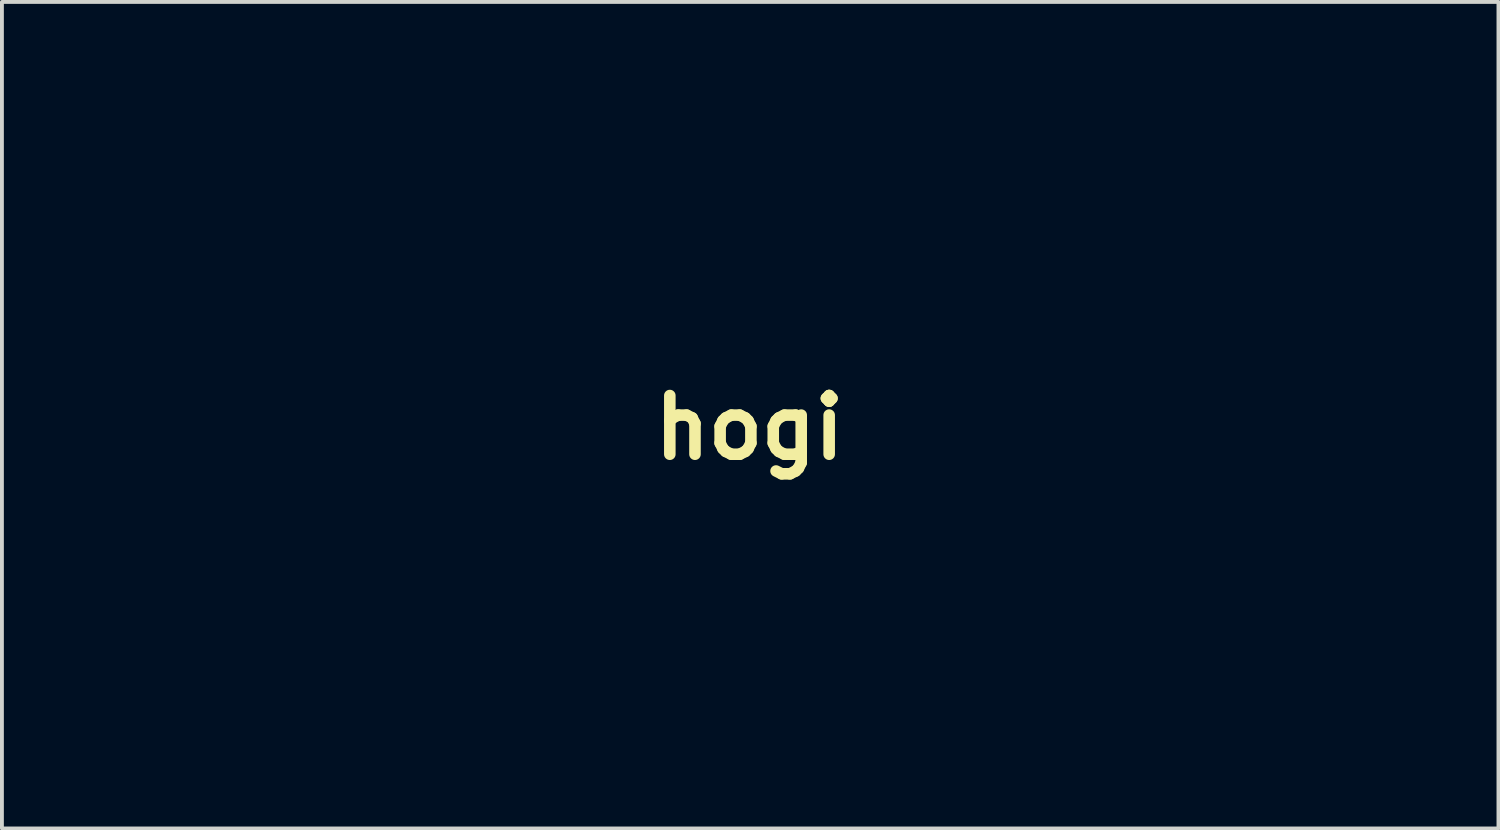
<source format=kicad_pcb>
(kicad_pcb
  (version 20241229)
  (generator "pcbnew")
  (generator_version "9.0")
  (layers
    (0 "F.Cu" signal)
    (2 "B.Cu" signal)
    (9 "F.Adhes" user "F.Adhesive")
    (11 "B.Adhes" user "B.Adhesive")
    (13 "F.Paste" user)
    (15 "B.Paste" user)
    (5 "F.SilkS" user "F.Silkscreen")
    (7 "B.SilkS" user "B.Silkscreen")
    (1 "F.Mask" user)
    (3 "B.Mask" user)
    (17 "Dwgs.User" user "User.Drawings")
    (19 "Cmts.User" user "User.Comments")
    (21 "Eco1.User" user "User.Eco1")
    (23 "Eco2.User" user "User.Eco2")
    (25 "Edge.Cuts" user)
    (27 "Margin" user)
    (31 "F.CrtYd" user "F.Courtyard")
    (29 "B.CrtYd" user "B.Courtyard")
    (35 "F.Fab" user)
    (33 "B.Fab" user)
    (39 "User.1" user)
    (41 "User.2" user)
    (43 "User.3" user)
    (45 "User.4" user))
  (footprint "hogi"
    (layer "F.Cu")
    (at 16.406 8.052)
    (property "Reference" "hogi" (at 0 0 0) (layer "F.SilkS") (effects (font (size 1.524 1.524) (thickness 0.3))))
    (attr through_hole)
    (fp_poly (pts (xy -3.31 -3) (xy -3.161 -2.995) (xy -3.029 -2.987) (xy -2.931 -2.977) (xy -2.883 -2.964) (xy -2.882 -2.964) (xy -2.871 -2.919) (xy -2.863 -2.821) (xy -2.859 -2.683) (xy -2.86 -2.521) (xy -2.86 -2.51) (xy -2.869 -2.088) (xy -3.3 -2.079) (xy -3.506 -2.077) (xy -3.649 -2.082) (xy -3.731 -2.095) (xy -3.754 -2.108) (xy -3.767 -2.162) (xy -3.775 -2.263) (xy -3.779 -2.397) (xy -3.78 -2.546) (xy -3.777 -2.695) (xy -3.77 -2.828) (xy -3.76 -2.928) (xy -3.747 -2.98) (xy -3.745 -2.982) (xy -3.694 -2.993) (xy -3.593 -2.999) (xy -3.46 -3.001) (xy -3.31 -3)) (stroke (width 0.01) (type solid)) (fill yes) (layer "F.Mask"))
    (fp_poly (pts (xy -12.778 -2.985) (xy -12.653 -2.975) (xy -12.567 -2.96) (xy -12.54 -2.948) (xy -12.52 -2.898) (xy -12.505 -2.798) (xy -12.497 -2.665) (xy -12.494 -2.516) (xy -12.497 -2.369) (xy -12.507 -2.241) (xy -12.522 -2.149) (xy -12.539 -2.113) (xy -12.588 -2.1) (xy -12.69 -2.089) (xy -12.829 -2.083) (xy -12.966 -2.082) (xy -13.139 -2.085) (xy -13.256 -2.092) (xy -13.328 -2.104) (xy -13.366 -2.123) (xy -13.376 -2.138) (xy -13.39 -2.2) (xy -13.398 -2.309) (xy -13.401 -2.446) (xy -13.398 -2.596) (xy -13.392 -2.739) (xy -13.38 -2.858) (xy -13.366 -2.937) (xy -13.356 -2.957) (xy -13.306 -2.974) (xy -13.205 -2.985) (xy -13.071 -2.99) (xy -12.923 -2.99) (xy -12.778 -2.985)) (stroke (width 0.01) (type solid)) (fill yes) (layer "F.Mask"))
    (fp_poly (pts (xy -10.544 -1.403) (xy -10.446 -1.39) (xy -10.402 -1.375) (xy -10.378 -1.325) (xy -10.36 -1.224) (xy -10.347 -1.089) (xy -10.341 -0.937) (xy -10.341 -0.785) (xy -10.348 -0.651) (xy -10.363 -0.55) (xy -10.384 -0.501) (xy -10.435 -0.486) (xy -10.536 -0.474) (xy -10.671 -0.466) (xy -10.821 -0.462) (xy -10.97 -0.462) (xy -11.099 -0.467) (xy -11.192 -0.476) (xy -11.225 -0.486) (xy -11.247 -0.513) (xy -11.262 -0.574) (xy -11.27 -0.679) (xy -11.273 -0.837) (xy -11.273 -0.91) (xy -11.271 -1.071) (xy -11.264 -1.208) (xy -11.255 -1.308) (xy -11.244 -1.352) (xy -11.199 -1.373) (xy -11.102 -1.39) (xy -10.972 -1.401) (xy -10.824 -1.407) (xy -10.676 -1.408) (xy -10.544 -1.403)) (stroke (width 0.01) (type solid)) (fill yes) (layer "F.Mask"))
    (fp_poly (pts (xy -7.98 -3.009) (xy -7.847 -3.002) (xy -7.748 -2.986) (xy -7.703 -2.965) (xy -7.688 -2.912) (xy -7.677 -2.809) (xy -7.672 -2.672) (xy -7.672 -2.521) (xy -7.677 -2.372) (xy -7.687 -2.242) (xy -7.701 -2.15) (xy -7.714 -2.116) (xy -7.761 -2.098) (xy -7.857 -2.085) (xy -7.988 -2.075) (xy -8.136 -2.071) (xy -8.284 -2.071) (xy -8.417 -2.075) (xy -8.518 -2.085) (xy -8.57 -2.101) (xy -8.573 -2.104) (xy -8.587 -2.16) (xy -8.596 -2.265) (xy -8.601 -2.402) (xy -8.602 -2.554) (xy -8.599 -2.702) (xy -8.592 -2.829) (xy -8.581 -2.918) (xy -8.571 -2.948) (xy -8.52 -2.973) (xy -8.418 -2.991) (xy -8.283 -3.004) (xy -8.131 -3.01) (xy -7.98 -3.009)) (stroke (width 0.01) (type solid)) (fill yes) (layer "F.Mask"))
    (fp_poly (pts (xy -12.91 0.218) (xy -12.762 0.223) (xy -12.637 0.234) (xy -12.552 0.249) (xy -12.528 0.26) (xy -12.504 0.291) (xy -12.49 0.343) (xy -12.484 0.43) (xy -12.485 0.563) (xy -12.489 0.688) (xy -12.498 0.845) (xy -12.511 0.979) (xy -12.526 1.074) (xy -12.538 1.112) (xy -12.587 1.132) (xy -12.687 1.145) (xy -12.819 1.154) (xy -12.967 1.156) (xy -13.115 1.153) (xy -13.243 1.144) (xy -13.336 1.129) (xy -13.372 1.114) (xy -13.391 1.062) (xy -13.405 0.961) (xy -13.412 0.828) (xy -13.415 0.678) (xy -13.412 0.529) (xy -13.404 0.397) (xy -13.391 0.298) (xy -13.372 0.25) (xy -13.371 0.249) (xy -13.31 0.233) (xy -13.201 0.222) (xy -13.062 0.217) (xy -12.91 0.218)) (stroke (width 0.01) (type solid)) (fill yes) (layer "F.Mask"))
    (fp_poly (pts (xy -11.175 -3.003) (xy -11.047 -2.993) (xy -10.958 -2.976) (xy -10.928 -2.962) (xy -10.914 -2.915) (xy -10.903 -2.817) (xy -10.895 -2.685) (xy -10.891 -2.535) (xy -10.892 -2.386) (xy -10.896 -2.253) (xy -10.905 -2.153) (xy -10.917 -2.106) (xy -10.959 -2.091) (xy -11.058 -2.08) (xy -11.204 -2.073) (xy -11.343 -2.071) (xy -11.516 -2.072) (xy -11.633 -2.077) (xy -11.708 -2.086) (xy -11.751 -2.102) (xy -11.776 -2.126) (xy -11.782 -2.137) (xy -11.801 -2.207) (xy -11.813 -2.322) (xy -11.818 -2.464) (xy -11.817 -2.616) (xy -11.81 -2.759) (xy -11.797 -2.877) (xy -11.778 -2.95) (xy -11.77 -2.962) (xy -11.716 -2.983) (xy -11.611 -2.997) (xy -11.474 -3.005) (xy -11.323 -3.007) (xy -11.175 -3.003)) (stroke (width 0.01) (type solid)) (fill yes) (layer "F.Mask"))
    (fp_poly (pts (xy -9.734 -3) (xy -9.576 -2.997) (xy -9.441 -2.99) (xy -9.346 -2.981) (xy -9.307 -2.973) (xy -9.293 -2.932) (xy -9.282 -2.841) (xy -9.275 -2.713) (xy -9.27 -2.567) (xy -9.27 -2.419) (xy -9.273 -2.284) (xy -9.28 -2.18) (xy -9.291 -2.125) (xy -9.31 -2.102) (xy -9.353 -2.087) (xy -9.431 -2.077) (xy -9.556 -2.073) (xy -9.73 -2.071) (xy -9.935 -2.075) (xy -10.078 -2.084) (xy -10.158 -2.1) (xy -10.173 -2.11) (xy -10.188 -2.168) (xy -10.198 -2.275) (xy -10.203 -2.412) (xy -10.203 -2.564) (xy -10.199 -2.712) (xy -10.19 -2.838) (xy -10.177 -2.926) (xy -10.166 -2.954) (xy -10.133 -2.977) (xy -10.071 -2.992) (xy -9.97 -2.999) (xy -9.816 -3.001) (xy -9.734 -3)) (stroke (width 0.01) (type solid)) (fill yes) (layer "F.Mask"))
    (fp_poly (pts (xy -9.042 -1.4) (xy -8.906 -1.394) (xy -8.808 -1.387) (xy -8.765 -1.378) (xy -8.749 -1.335) (xy -8.737 -1.241) (xy -8.729 -1.111) (xy -8.726 -0.963) (xy -8.727 -0.811) (xy -8.733 -0.672) (xy -8.743 -0.563) (xy -8.758 -0.499) (xy -8.764 -0.49) (xy -8.816 -0.479) (xy -8.918 -0.471) (xy -9.054 -0.466) (xy -9.205 -0.463) (xy -9.356 -0.464) (xy -9.489 -0.469) (xy -9.587 -0.476) (xy -9.629 -0.486) (xy -9.649 -0.529) (xy -9.665 -0.624) (xy -9.675 -0.755) (xy -9.68 -0.905) (xy -9.68 -1.057) (xy -9.675 -1.196) (xy -9.664 -1.306) (xy -9.647 -1.37) (xy -9.64 -1.378) (xy -9.592 -1.387) (xy -9.492 -1.395) (xy -9.353 -1.4) (xy -9.202 -1.402) (xy -9.042 -1.4)) (stroke (width 0.01) (type solid)) (fill yes) (layer "F.Mask"))
    (fp_poly (pts (xy -5.853 -1.402) (xy -5.721 -1.397) (xy -5.621 -1.389) (xy -5.57 -1.376) (xy -5.568 -1.375) (xy -5.553 -1.323) (xy -5.542 -1.222) (xy -5.534 -1.087) (xy -5.531 -0.936) (xy -5.532 -0.785) (xy -5.538 -0.651) (xy -5.548 -0.552) (xy -5.562 -0.502) (xy -5.563 -0.502) (xy -5.616 -0.482) (xy -5.72 -0.468) (xy -5.856 -0.46) (xy -6.007 -0.458) (xy -6.158 -0.462) (xy -6.29 -0.472) (xy -6.386 -0.487) (xy -6.429 -0.506) (xy -6.443 -0.557) (xy -6.453 -0.658) (xy -6.458 -0.793) (xy -6.458 -0.943) (xy -6.454 -1.094) (xy -6.446 -1.226) (xy -6.434 -1.324) (xy -6.42 -1.369) (xy -6.374 -1.382) (xy -6.278 -1.393) (xy -6.148 -1.399) (xy -6.001 -1.402) (xy -5.853 -1.402)) (stroke (width 0.01) (type solid)) (fill yes) (layer "F.Mask"))
    (fp_poly (pts (xy -7.418 -1.403) (xy -7.291 -1.397) (xy -7.2 -1.387) (xy -7.169 -1.378) (xy -7.153 -1.335) (xy -7.141 -1.242) (xy -7.134 -1.112) (xy -7.13 -0.964) (xy -7.131 -0.812) (xy -7.137 -0.673) (xy -7.146 -0.564) (xy -7.16 -0.5) (xy -7.167 -0.491) (xy -7.223 -0.478) (xy -7.329 -0.469) (xy -7.466 -0.464) (xy -7.618 -0.464) (xy -7.766 -0.467) (xy -7.893 -0.475) (xy -7.981 -0.487) (xy -8.009 -0.496) (xy -8.033 -0.523) (xy -8.049 -0.572) (xy -8.057 -0.653) (xy -8.06 -0.78) (xy -8.058 -0.937) (xy -8.053 -1.125) (xy -8.043 -1.253) (xy -8.028 -1.333) (xy -8.007 -1.372) (xy -8.004 -1.375) (xy -7.952 -1.388) (xy -7.85 -1.397) (xy -7.716 -1.403) (xy -7.566 -1.405) (xy -7.418 -1.403)) (stroke (width 0.01) (type solid)) (fill yes) (layer "F.Mask"))
    (fp_poly (pts (xy -4.604 -2.995) (xy -4.522 -2.965) (xy -4.476 -2.904) (xy -4.456 -2.803) (xy -4.452 -2.651) (xy -4.453 -2.545) (xy -4.457 -2.391) (xy -4.465 -2.258) (xy -4.477 -2.164) (xy -4.487 -2.131) (xy -4.509 -2.105) (xy -4.55 -2.088) (xy -4.621 -2.078) (xy -4.736 -2.073) (xy -4.906 -2.071) (xy -4.924 -2.071) (xy -5.099 -2.073) (xy -5.218 -2.077) (xy -5.293 -2.087) (xy -5.336 -2.103) (xy -5.359 -2.128) (xy -5.361 -2.131) (xy -5.374 -2.188) (xy -5.384 -2.296) (xy -5.39 -2.438) (xy -5.391 -2.555) (xy -5.388 -2.732) (xy -5.38 -2.851) (xy -5.364 -2.924) (xy -5.341 -2.96) (xy -5.281 -2.981) (xy -5.16 -2.995) (xy -4.986 -3.003) (xy -4.92 -3.004) (xy -4.733 -3.004) (xy -4.604 -2.995)) (stroke (width 0.01) (type solid)) (fill yes) (layer "F.Mask"))
    (fp_poly (pts (xy -3.07 0.222) (xy -2.966 0.231) (xy -2.912 0.244) (xy -2.886 0.265) (xy -2.869 0.305) (xy -2.859 0.377) (xy -2.854 0.492) (xy -2.852 0.663) (xy -2.852 0.674) (xy -2.856 0.884) (xy -2.868 1.027) (xy -2.887 1.104) (xy -2.893 1.114) (xy -2.942 1.131) (xy -3.041 1.143) (xy -3.173 1.152) (xy -3.321 1.155) (xy -3.469 1.154) (xy -3.601 1.148) (xy -3.701 1.138) (xy -3.751 1.122) (xy -3.753 1.12) (xy -3.763 1.071) (xy -3.771 0.971) (xy -3.777 0.838) (xy -3.78 0.688) (xy -3.781 0.538) (xy -3.778 0.406) (xy -3.773 0.309) (xy -3.764 0.263) (xy -3.722 0.247) (xy -3.629 0.234) (xy -3.5 0.225) (xy -3.353 0.22) (xy -3.204 0.218) (xy -3.07 0.222)) (stroke (width 0.01) (type solid)) (fill yes) (layer "F.Mask"))
    (fp_poly (pts (xy -6.226 -2.997) (xy -6.149 -2.984) (xy -6.107 -2.964) (xy -6.102 -2.958) (xy -6.084 -2.904) (xy -6.071 -2.8) (xy -6.062 -2.663) (xy -6.057 -2.512) (xy -6.058 -2.365) (xy -6.065 -2.239) (xy -6.077 -2.152) (xy -6.085 -2.131) (xy -6.106 -2.105) (xy -6.146 -2.088) (xy -6.218 -2.078) (xy -6.333 -2.073) (xy -6.503 -2.071) (xy -6.514 -2.071) (xy -6.724 -2.075) (xy -6.868 -2.087) (xy -6.945 -2.106) (xy -6.954 -2.112) (xy -6.972 -2.163) (xy -6.985 -2.262) (xy -6.993 -2.395) (xy -6.996 -2.544) (xy -6.995 -2.692) (xy -6.988 -2.824) (xy -6.976 -2.923) (xy -6.959 -2.972) (xy -6.957 -2.974) (xy -6.909 -2.984) (xy -6.809 -2.993) (xy -6.671 -2.999) (xy -6.53 -3.002) (xy -6.349 -3.002) (xy -6.226 -2.997)) (stroke (width 0.01) (type solid)) (fill yes) (layer "F.Mask"))
    (fp_poly (pts (xy -4.627 0.225) (xy -4.546 0.238) (xy -4.501 0.258) (xy -4.496 0.262) (xy -4.475 0.317) (xy -4.46 0.422) (xy -4.45 0.558) (xy -4.447 0.71) (xy -4.45 0.857) (xy -4.46 0.984) (xy -4.476 1.071) (xy -4.484 1.089) (xy -4.505 1.117) (xy -4.542 1.136) (xy -4.606 1.148) (xy -4.711 1.153) (xy -4.868 1.155) (xy -4.906 1.155) (xy -5.087 1.152) (xy -5.212 1.145) (xy -5.291 1.131) (xy -5.337 1.109) (xy -5.344 1.103) (xy -5.367 1.066) (xy -5.381 1) (xy -5.388 0.894) (xy -5.389 0.737) (xy -5.388 0.664) (xy -5.384 0.508) (xy -5.376 0.378) (xy -5.366 0.287) (xy -5.357 0.252) (xy -5.315 0.242) (xy -5.22 0.233) (xy -5.086 0.225) (xy -4.939 0.221) (xy -4.754 0.22) (xy -4.627 0.225)) (stroke (width 0.01) (type solid)) (fill yes) (layer "F.Mask"))
    (fp_poly (pts (xy -12.477 -1.397) (xy -12.294 -1.394) (xy -12.144 -1.39) (xy -12.039 -1.384) (xy -11.99 -1.377) (xy -11.989 -1.376) (xy -11.973 -1.333) (xy -11.961 -1.23) (xy -11.955 -1.075) (xy -11.953 -0.931) (xy -11.954 -0.747) (xy -11.96 -0.621) (xy -11.97 -0.543) (xy -11.986 -0.501) (xy -12.003 -0.488) (xy -12.057 -0.48) (xy -12.164 -0.474) (xy -12.312 -0.469) (xy -12.486 -0.466) (xy -12.675 -0.464) (xy -12.863 -0.465) (xy -13.039 -0.467) (xy -13.19 -0.471) (xy -13.301 -0.476) (xy -13.36 -0.484) (xy -13.365 -0.486) (xy -13.386 -0.512) (xy -13.4 -0.572) (xy -13.409 -0.673) (xy -13.413 -0.827) (xy -13.413 -0.934) (xy -13.41 -1.12) (xy -13.402 -1.262) (xy -13.389 -1.35) (xy -13.377 -1.376) (xy -13.334 -1.383) (xy -13.233 -1.389) (xy -13.087 -1.394) (xy -12.906 -1.397) (xy -12.701 -1.398) (xy -12.683 -1.398) (xy -12.477 -1.397)) (stroke (width 0.01) (type solid)) (fill yes) (layer "F.Mask"))
    (fp_poly (pts (xy 11.172 -4.639) (xy 11.216 -4.61) (xy 11.232 -4.593) (xy 11.244 -4.563) (xy 11.254 -4.513) (xy 11.261 -4.436) (xy 11.267 -4.325) (xy 11.271 -4.173) (xy 11.273 -3.974) (xy 11.274 -3.719) (xy 11.275 -3.447) (xy 11.275 -3.14) (xy 11.275 -2.894) (xy 11.273 -2.702) (xy 11.27 -2.557) (xy 11.265 -2.451) (xy 11.258 -2.378) (xy 11.248 -2.331) (xy 11.235 -2.302) (xy 11.219 -2.285) (xy 11.218 -2.284) (xy 11.153 -2.247) (xy 11.105 -2.258) (xy 11.058 -2.303) (xy 11.043 -2.327) (xy 11.03 -2.364) (xy 11.02 -2.421) (xy 11.013 -2.506) (xy 11.008 -2.626) (xy 11.005 -2.788) (xy 11.003 -2.999) (xy 11.002 -3.266) (xy 11.002 -3.455) (xy 11.002 -3.761) (xy 11.004 -4.006) (xy 11.006 -4.197) (xy 11.01 -4.342) (xy 11.017 -4.446) (xy 11.025 -4.518) (xy 11.036 -4.564) (xy 11.049 -4.592) (xy 11.056 -4.599) (xy 11.116 -4.646) (xy 11.172 -4.639)) (stroke (width 0.01) (type solid)) (fill yes) (layer "F.Mask"))
    (fp_poly (pts (xy -3.854 -1.397) (xy -3.607 -1.395) (xy -3.382 -1.392) (xy -3.189 -1.388) (xy -3.035 -1.383) (xy -2.93 -1.378) (xy -2.884 -1.373) (xy -2.883 -1.373) (xy -2.868 -1.331) (xy -2.857 -1.239) (xy -2.852 -1.111) (xy -2.851 -0.965) (xy -2.854 -0.815) (xy -2.861 -0.677) (xy -2.872 -0.568) (xy -2.887 -0.503) (xy -2.895 -0.493) (xy -2.939 -0.488) (xy -3.042 -0.484) (xy -3.193 -0.479) (xy -3.385 -0.475) (xy -3.607 -0.471) (xy -3.834 -0.468) (xy -4.138 -0.466) (xy -4.378 -0.467) (xy -4.559 -0.471) (xy -4.685 -0.478) (xy -4.76 -0.488) (xy -4.784 -0.498) (xy -4.808 -0.529) (xy -4.825 -0.589) (xy -4.836 -0.688) (xy -4.842 -0.839) (xy -4.843 -0.925) (xy -4.844 -1.084) (xy -4.839 -1.22) (xy -4.831 -1.317) (xy -4.822 -1.358) (xy -4.8 -1.371) (xy -4.747 -1.382) (xy -4.657 -1.389) (xy -4.524 -1.394) (xy -4.342 -1.397) (xy -4.103 -1.398) (xy -3.854 -1.397)) (stroke (width 0.01) (type solid)) (fill yes) (layer "F.Mask"))
    (fp_poly (pts (xy 10.47 -4.631) (xy 10.507 -4.599) (xy 10.522 -4.577) (xy 10.534 -4.538) (xy 10.543 -4.477) (xy 10.55 -4.386) (xy 10.555 -4.258) (xy 10.558 -4.086) (xy 10.56 -3.863) (xy 10.561 -3.582) (xy 10.561 -3.447) (xy 10.56 -3.139) (xy 10.559 -2.893) (xy 10.557 -2.701) (xy 10.552 -2.555) (xy 10.546 -2.45) (xy 10.538 -2.377) (xy 10.528 -2.33) (xy 10.514 -2.302) (xy 10.507 -2.295) (xy 10.453 -2.252) (xy 10.425 -2.241) (xy 10.38 -2.263) (xy 10.342 -2.295) (xy 10.327 -2.317) (xy 10.316 -2.355) (xy 10.306 -2.416) (xy 10.3 -2.507) (xy 10.295 -2.635) (xy 10.292 -2.807) (xy 10.29 -3.03) (xy 10.289 -3.312) (xy 10.289 -3.447) (xy 10.289 -3.754) (xy 10.291 -4) (xy 10.293 -4.193) (xy 10.297 -4.338) (xy 10.303 -4.444) (xy 10.311 -4.516) (xy 10.322 -4.563) (xy 10.336 -4.591) (xy 10.342 -4.599) (xy 10.397 -4.642) (xy 10.425 -4.652) (xy 10.47 -4.631)) (stroke (width 0.01) (type solid)) (fill yes) (layer "F.Mask"))
    (fp_poly (pts (xy 2.408 -1.303) (xy 2.461 -1.257) (xy 2.481 -1.231) (xy 2.495 -1.196) (xy 2.505 -1.142) (xy 2.51 -1.061) (xy 2.512 -0.944) (xy 2.511 -0.783) (xy 2.507 -0.568) (xy 2.503 -0.4) (xy 2.485 0.112) (xy 2.456 0.563) (xy 2.417 0.96) (xy 2.365 1.308) (xy 2.301 1.614) (xy 2.289 1.662) (xy 2.234 1.853) (xy 2.169 2.045) (xy 2.098 2.225) (xy 2.028 2.382) (xy 1.962 2.503) (xy 1.907 2.577) (xy 1.886 2.593) (xy 1.785 2.613) (xy 1.713 2.58) (xy 1.697 2.563) (xy 1.661 2.481) (xy 1.666 2.367) (xy 1.713 2.212) (xy 1.797 2.022) (xy 1.899 1.787) (xy 1.983 1.536) (xy 2.05 1.26) (xy 2.102 0.952) (xy 2.138 0.603) (xy 2.161 0.207) (xy 2.172 -0.245) (xy 2.173 -0.462) (xy 2.173 -0.708) (xy 2.175 -0.896) (xy 2.179 -1.033) (xy 2.185 -1.129) (xy 2.195 -1.193) (xy 2.209 -1.234) (xy 2.228 -1.261) (xy 2.235 -1.268) (xy 2.324 -1.319) (xy 2.408 -1.303)) (stroke (width 0.01) (type solid)) (fill yes) (layer "F.Mask"))
    (fp_poly (pts (xy 4.795 -1.304) (xy 4.838 -1.278) (xy 4.859 -1.257) (xy 4.878 -1.222) (xy 4.897 -1.165) (xy 4.918 -1.08) (xy 4.941 -0.96) (xy 4.968 -0.798) (xy 5.001 -0.587) (xy 5.041 -0.321) (xy 5.075 -0.085) (xy 5.121 0.255) (xy 5.167 0.619) (xy 5.209 0.989) (xy 5.246 1.345) (xy 5.276 1.671) (xy 5.296 1.936) (xy 5.308 2.163) (xy 5.309 2.331) (xy 5.297 2.449) (xy 5.271 2.524) (xy 5.229 2.565) (xy 5.168 2.58) (xy 5.145 2.581) (xy 5.057 2.55) (xy 5.014 2.504) (xy 4.994 2.442) (xy 4.971 2.318) (xy 4.946 2.137) (xy 4.918 1.904) (xy 4.893 1.647) (xy 4.867 1.383) (xy 4.836 1.096) (xy 4.803 0.794) (xy 4.768 0.488) (xy 4.732 0.188) (xy 4.697 -0.097) (xy 4.664 -0.356) (xy 4.634 -0.579) (xy 4.608 -0.756) (xy 4.587 -0.877) (xy 4.584 -0.893) (xy 4.557 -1.052) (xy 4.555 -1.162) (xy 4.577 -1.237) (xy 4.604 -1.271) (xy 4.694 -1.32) (xy 4.795 -1.304)) (stroke (width 0.01) (type solid)) (fill yes) (layer "F.Mask"))
    (fp_poly (pts (xy -8.378 0.235) (xy -7.895 0.236) (xy -7.475 0.238) (xy -7.116 0.24) (xy -6.814 0.243) (xy -6.568 0.246) (xy -6.374 0.251) (xy -6.231 0.256) (xy -6.136 0.262) (xy -6.087 0.269) (xy -6.078 0.273) (xy -6.068 0.323) (xy -6.061 0.424) (xy -6.059 0.558) (xy -6.06 0.708) (xy -6.064 0.856) (xy -6.071 0.985) (xy -6.081 1.077) (xy -6.09 1.112) (xy -6.109 1.12) (xy -6.157 1.127) (xy -6.238 1.133) (xy -6.355 1.138) (xy -6.512 1.143) (xy -6.713 1.146) (xy -6.961 1.149) (xy -7.259 1.151) (xy -7.612 1.153) (xy -8.023 1.154) (xy -8.495 1.154) (xy -8.932 1.155) (xy -9.434 1.155) (xy -9.873 1.154) (xy -10.253 1.154) (xy -10.578 1.153) (xy -10.852 1.152) (xy -11.081 1.15) (xy -11.267 1.148) (xy -11.416 1.145) (xy -11.532 1.141) (xy -11.62 1.136) (xy -11.683 1.13) (xy -11.726 1.123) (xy -11.754 1.114) (xy -11.77 1.105) (xy -11.779 1.094) (xy -11.782 1.089) (xy -11.797 1.029) (xy -11.808 0.923) (xy -11.814 0.788) (xy -11.816 0.64) (xy -11.814 0.496) (xy -11.808 0.373) (xy -11.797 0.287) (xy -11.784 0.255) (xy -11.746 0.252) (xy -11.645 0.249) (xy -11.486 0.246) (xy -11.274 0.244) (xy -11.015 0.242) (xy -10.713 0.24) (xy -10.374 0.238) (xy -10.002 0.236) (xy -9.602 0.236) (xy -9.181 0.235) (xy -8.926 0.235) (xy -8.378 0.235)) (stroke (width 0.01) (type solid)) (fill yes) (layer "F.Mask"))
    (fp_poly (pts (xy 3.606 -4.639) (xy 3.679 -4.59) (xy 3.701 -4.557) (xy 3.716 -4.505) (xy 3.726 -4.424) (xy 3.732 -4.304) (xy 3.735 -4.134) (xy 3.735 -3.979) (xy 3.734 -3.764) (xy 3.737 -3.599) (xy 3.75 -3.478) (xy 3.783 -3.394) (xy 3.843 -3.34) (xy 3.937 -3.309) (xy 4.075 -3.296) (xy 4.263 -3.293) (xy 4.511 -3.294) (xy 4.553 -3.294) (xy 4.773 -3.292) (xy 4.968 -3.288) (xy 5.127 -3.28) (xy 5.24 -3.271) (xy 5.296 -3.261) (xy 5.297 -3.26) (xy 5.361 -3.194) (xy 5.404 -3.093) (xy 5.417 -2.987) (xy 5.401 -2.924) (xy 5.367 -2.868) (xy 5.327 -2.826) (xy 5.271 -2.795) (xy 5.191 -2.774) (xy 5.076 -2.761) (xy 4.918 -2.754) (xy 4.708 -2.751) (xy 4.531 -2.751) (xy 4.297 -2.75) (xy 4.121 -2.748) (xy 3.995 -2.744) (xy 3.908 -2.736) (xy 3.851 -2.725) (xy 3.815 -2.709) (xy 3.791 -2.688) (xy 3.781 -2.673) (xy 3.772 -2.647) (xy 3.764 -2.606) (xy 3.758 -2.547) (xy 3.752 -2.464) (xy 3.748 -2.352) (xy 3.744 -2.209) (xy 3.741 -2.028) (xy 3.739 -1.806) (xy 3.737 -1.538) (xy 3.736 -1.219) (xy 3.736 -0.846) (xy 3.735 -0.413) (xy 3.735 0.028) (xy 3.735 0.515) (xy 3.735 0.939) (xy 3.735 1.304) (xy 3.734 1.614) (xy 3.733 1.875) (xy 3.731 2.091) (xy 3.728 2.266) (xy 3.725 2.405) (xy 3.72 2.512) (xy 3.715 2.593) (xy 3.708 2.651) (xy 3.7 2.691) (xy 3.691 2.718) (xy 3.68 2.736) (xy 3.668 2.75) (xy 3.667 2.751) (xy 3.573 2.81) (xy 3.481 2.803) (xy 3.416 2.754) (xy 3.406 2.739) (xy 3.396 2.714) (xy 3.388 2.676) (xy 3.381 2.62) (xy 3.375 2.541) (xy 3.37 2.435) (xy 3.366 2.298) (xy 3.363 2.124) (xy 3.36 1.911) (xy 3.358 1.652) (xy 3.356 1.344) (xy 3.354 0.982) (xy 3.353 0.561) (xy 3.352 0.078) (xy 3.352 0.018) (xy 3.35 -0.471) (xy 3.349 -0.896) (xy 3.348 -1.263) (xy 3.346 -1.575) (xy 3.344 -1.837) (xy 3.342 -2.054) (xy 3.338 -2.23) (xy 3.335 -2.369) (xy 3.33 -2.477) (xy 3.325 -2.557) (xy 3.318 -2.614) (xy 3.31 -2.652) (xy 3.301 -2.677) (xy 3.29 -2.692) (xy 3.279 -2.702) (xy 3.241 -2.72) (xy 3.175 -2.732) (xy 3.072 -2.741) (xy 2.925 -2.747) (xy 2.724 -2.75) (xy 2.528 -2.751) (xy 2.294 -2.751) (xy 2.118 -2.753) (xy 1.991 -2.757) (xy 1.901 -2.764) (xy 1.84 -2.776) (xy 1.796 -2.792) (xy 1.761 -2.815) (xy 1.753 -2.821) (xy 1.693 -2.883) (xy 1.668 -2.963) (xy 1.664 -3.041) (xy 1.667 -3.12) (xy 1.681 -3.182) (xy 1.715 -3.227) (xy 1.775 -3.259) (xy 1.87 -3.279) (xy 2.008 -3.291) (xy 2.195 -3.295) (xy 2.441 -3.296) (xy 2.52 -3.295) (xy 2.765 -3.295) (xy 2.952 -3.297) (xy 3.087 -3.302) (xy 3.181 -3.311) (xy 3.242 -3.324) (xy 3.277 -3.341) (xy 3.303 -3.365) (xy 3.322 -3.401) (xy 3.334 -3.458) (xy 3.342 -3.55) (xy 3.347 -3.685) (xy 3.349 -3.876) (xy 3.35 -3.911) (xy 3.352 -4.131) (xy 3.354 -4.294) (xy 3.357 -4.408) (xy 3.362 -4.484) (xy 3.369 -4.531) (xy 3.381 -4.561) (xy 3.397 -4.581) (xy 3.415 -4.599) (xy 3.505 -4.646) (xy 3.606 -4.639)) (stroke (width 0.01) (type solid)) (fill yes) (layer "F.Mask"))
    (fp_poly (pts (xy 14.256 -5.163) (xy 14.579 -5.162) (xy 14.898 -5.161) (xy 15.205 -5.159) (xy 15.492 -5.157) (xy 15.753 -5.154) (xy 15.98 -5.151) (xy 16.166 -5.147) (xy 16.304 -5.143) (xy 16.386 -5.139) (xy 16.408 -5.135) (xy 16.41 -5.099) (xy 16.413 -4.999) (xy 16.416 -4.841) (xy 16.418 -4.627) (xy 16.42 -4.364) (xy 16.423 -4.054) (xy 16.425 -3.703) (xy 16.426 -3.315) (xy 16.428 -2.894) (xy 16.43 -2.445) (xy 16.431 -1.973) (xy 16.433 -1.481) (xy 16.434 -0.973) (xy 16.435 -0.456) (xy 16.435 0.068) (xy 16.436 0.594) (xy 16.436 1.117) (xy 16.437 1.633) (xy 16.437 2.138) (xy 16.436 2.627) (xy 16.436 3.095) (xy 16.435 3.539) (xy 16.435 3.954) (xy 16.434 4.335) (xy 16.432 4.679) (xy 16.431 4.98) (xy 16.429 5.234) (xy 16.427 5.438) (xy 16.425 5.585) (xy 16.422 5.673) (xy 16.42 5.698) (xy 16.382 5.702) (xy 16.284 5.706) (xy 16.132 5.71) (xy 15.933 5.713) (xy 15.696 5.715) (xy 15.427 5.716) (xy 15.134 5.717) (xy 14.823 5.718) (xy 14.502 5.718) (xy 14.178 5.717) (xy 13.858 5.716) (xy 13.55 5.714) (xy 13.261 5.712) (xy 12.998 5.709) (xy 12.768 5.706) (xy 12.578 5.702) (xy 12.437 5.698) (xy 12.35 5.693) (xy 12.325 5.69) (xy 12.321 5.652) (xy 12.317 5.551) (xy 12.313 5.392) (xy 12.31 5.177) (xy 12.307 4.913) (xy 12.304 4.602) (xy 12.302 4.251) (xy 12.3 3.862) (xy 12.298 3.441) (xy 12.296 2.991) (xy 12.295 2.518) (xy 12.294 2.026) (xy 12.293 1.518) (xy 12.292 1.001) (xy 12.292 0.477) (xy 12.292 -0.049) (xy 12.292 -0.139) (xy 12.734 -0.139) (xy 12.761 -0.011) (xy 12.833 0.106) (xy 12.933 0.194) (xy 13.045 0.236) (xy 13.068 0.238) (xy 13.133 0.223) (xy 13.249 0.184) (xy 13.404 0.122) (xy 13.587 0.044) (xy 13.76 -0.034) (xy 13.945 -0.118) (xy 14.111 -0.19) (xy 14.247 -0.246) (xy 14.343 -0.28) (xy 14.389 -0.29) (xy 14.389 -0.29) (xy 14.4 -0.272) (xy 14.409 -0.222) (xy 14.416 -0.137) (xy 14.422 -0.011) (xy 14.426 0.161) (xy 14.429 0.384) (xy 14.431 0.662) (xy 14.432 1) (xy 14.432 1.225) (xy 14.432 2.723) (xy 14.547 2.839) (xy 14.672 2.93) (xy 14.798 2.953) (xy 14.922 2.909) (xy 14.937 2.899) (xy 14.976 2.87) (xy 15.009 2.838) (xy 15.037 2.798) (xy 15.059 2.743) (xy 15.076 2.668) (xy 15.089 2.568) (xy 15.099 2.436) (xy 15.105 2.266) (xy 15.109 2.053) (xy 15.111 1.791) (xy 15.112 1.475) (xy 15.111 1.097) (xy 15.111 0.99) (xy 15.11 0.664) (xy 15.11 0.358) (xy 15.109 0.079) (xy 15.109 -0.166) (xy 15.109 -0.371) (xy 15.109 -0.528) (xy 15.109 -0.631) (xy 15.109 -0.673) (xy 15.132 -0.718) (xy 15.19 -0.796) (xy 15.271 -0.889) (xy 15.275 -0.893) (xy 15.529 -1.212) (xy 15.726 -1.565) (xy 15.868 -1.955) (xy 15.956 -2.383) (xy 15.983 -2.667) (xy 15.989 -2.873) (xy 15.976 -3.025) (xy 15.939 -3.134) (xy 15.876 -3.212) (xy 15.782 -3.27) (xy 15.781 -3.271) (xy 15.64 -3.309) (xy 15.515 -3.285) (xy 15.412 -3.204) (xy 15.335 -3.072) (xy 15.29 -2.893) (xy 15.28 -2.743) (xy 15.255 -2.401) (xy 15.186 -2.081) (xy 15.078 -1.794) (xy 14.933 -1.551) (xy 14.823 -1.422) (xy 14.675 -1.301) (xy 14.479 -1.178) (xy 14.255 -1.066) (xy 14.092 -1) (xy 14.021 -0.972) (xy 13.901 -0.922) (xy 13.746 -0.856) (xy 13.57 -0.78) (xy 13.464 -0.733) (xy 13.222 -0.623) (xy 13.037 -0.528) (xy 12.903 -0.442) (xy 12.813 -0.361) (xy 12.76 -0.278) (xy 12.736 -0.187) (xy 12.734 -0.139) (xy 12.292 -0.139) (xy 12.292 -0.572) (xy 12.293 -1.088) (xy 12.294 -1.592) (xy 12.295 -2.081) (xy 12.296 -2.549) (xy 12.298 -2.992) (xy 12.3 -3.406) (xy 12.302 -3.787) (xy 12.304 -4.13) (xy 12.307 -4.43) (xy 12.31 -4.684) (xy 12.313 -4.886) (xy 12.317 -5.033) (xy 12.321 -5.12) (xy 12.324 -5.143) (xy 12.365 -5.148) (xy 12.466 -5.152) (xy 12.62 -5.155) (xy 12.821 -5.158) (xy 13.059 -5.16) (xy 13.33 -5.162) (xy 13.624 -5.163) (xy 13.935 -5.163) (xy 14.256 -5.163)) (stroke (width 0.01) (type solid)) (fill yes) (layer "F.Mask"))
    (fp_poly (pts (xy 7.722 -4.641) (xy 7.768 -4.603) (xy 7.803 -4.53) (xy 7.827 -4.413) (xy 7.845 -4.244) (xy 7.858 -4.024) (xy 7.869 -3.823) (xy 7.881 -3.678) (xy 7.896 -3.577) (xy 7.916 -3.509) (xy 7.942 -3.464) (xy 8.004 -3.379) (xy 8.753 -3.362) (xy 9 -3.356) (xy 9.188 -3.35) (xy 9.326 -3.342) (xy 9.424 -3.333) (xy 9.491 -3.321) (xy 9.535 -3.306) (xy 9.566 -3.286) (xy 9.572 -3.28) (xy 9.634 -3.183) (xy 9.646 -3.066) (xy 9.61 -2.954) (xy 9.554 -2.889) (xy 9.52 -2.865) (xy 9.481 -2.847) (xy 9.425 -2.835) (xy 9.345 -2.827) (xy 9.229 -2.822) (xy 9.068 -2.819) (xy 8.852 -2.818) (xy 8.761 -2.818) (xy 8.518 -2.818) (xy 8.335 -2.815) (xy 8.202 -2.81) (xy 8.112 -2.802) (xy 8.054 -2.791) (xy 8.022 -2.775) (xy 8.013 -2.767) (xy 7.994 -2.704) (xy 7.986 -2.576) (xy 7.989 -2.384) (xy 8.002 -2.128) (xy 8.025 -1.811) (xy 8.059 -1.433) (xy 8.082 -1.205) (xy 8.105 -0.974) (xy 8.129 -0.739) (xy 8.15 -0.518) (xy 8.168 -0.332) (xy 8.179 -0.223) (xy 8.193 -0.071) (xy 8.211 0.043) (xy 8.241 0.125) (xy 8.292 0.18) (xy 8.373 0.213) (xy 8.492 0.23) (xy 8.66 0.237) (xy 8.884 0.238) (xy 8.951 0.238) (xy 9.167 0.238) (xy 9.324 0.241) (xy 9.435 0.246) (xy 9.51 0.255) (xy 9.559 0.269) (xy 9.592 0.29) (xy 9.61 0.306) (xy 9.669 0.407) (xy 9.68 0.529) (xy 9.644 0.644) (xy 9.588 0.711) (xy 9.55 0.737) (xy 9.504 0.756) (xy 9.44 0.768) (xy 9.347 0.776) (xy 9.212 0.78) (xy 9.024 0.781) (xy 8.947 0.781) (xy 8.734 0.782) (xy 8.579 0.786) (xy 8.473 0.793) (xy 8.405 0.805) (xy 8.365 0.821) (xy 8.353 0.833) (xy 8.333 0.896) (xy 8.326 1.019) (xy 8.33 1.196) (xy 8.345 1.418) (xy 8.372 1.681) (xy 8.408 1.977) (xy 8.423 2.08) (xy 8.447 2.257) (xy 8.468 2.416) (xy 8.482 2.541) (xy 8.489 2.617) (xy 8.489 2.627) (xy 8.461 2.723) (xy 8.389 2.788) (xy 8.294 2.815) (xy 8.196 2.798) (xy 8.135 2.753) (xy 8.092 2.676) (xy 8.064 2.572) (xy 8.063 2.558) (xy 8.055 2.485) (xy 8.042 2.357) (xy 8.025 2.186) (xy 8.004 1.986) (xy 7.982 1.768) (xy 7.979 1.732) (xy 7.952 1.474) (xy 7.931 1.276) (xy 7.914 1.128) (xy 7.9 1.022) (xy 7.886 0.949) (xy 7.872 0.901) (xy 7.855 0.869) (xy 7.835 0.845) (xy 7.825 0.834) (xy 7.799 0.817) (xy 7.756 0.804) (xy 7.687 0.795) (xy 7.584 0.788) (xy 7.438 0.784) (xy 7.243 0.782) (xy 6.988 0.781) (xy 6.94 0.781) (xy 6.109 0.781) (xy 6.026 0.698) (xy 5.96 0.591) (xy 5.942 0.468) (xy 5.975 0.353) (xy 6.01 0.306) (xy 6.036 0.284) (xy 6.068 0.267) (xy 6.117 0.255) (xy 6.191 0.247) (xy 6.299 0.242) (xy 6.45 0.239) (xy 6.652 0.238) (xy 6.869 0.238) (xy 7.149 0.237) (xy 7.368 0.235) (xy 7.534 0.227) (xy 7.653 0.212) (xy 7.733 0.187) (xy 7.781 0.148) (xy 7.803 0.094) (xy 7.807 0.02) (xy 7.8 -0.074) (xy 7.796 -0.115) (xy 7.786 -0.224) (xy 7.771 -0.386) (xy 7.752 -0.586) (xy 7.732 -0.808) (xy 7.711 -1.04) (xy 7.709 -1.07) (xy 7.686 -1.319) (xy 7.662 -1.58) (xy 7.64 -1.832) (xy 7.619 -2.056) (xy 7.604 -2.224) (xy 7.585 -2.405) (xy 7.562 -2.562) (xy 7.538 -2.679) (xy 7.517 -2.742) (xy 7.498 -2.768) (xy 7.474 -2.788) (xy 7.434 -2.801) (xy 7.369 -2.81) (xy 7.27 -2.815) (xy 7.126 -2.818) (xy 6.929 -2.818) (xy 6.806 -2.818) (xy 6.578 -2.819) (xy 6.409 -2.82) (xy 6.287 -2.824) (xy 6.203 -2.831) (xy 6.147 -2.842) (xy 6.109 -2.86) (xy 6.078 -2.884) (xy 6.06 -2.902) (xy 5.99 -3.011) (xy 5.976 -3.09) (xy 6.008 -3.209) (xy 6.06 -3.278) (xy 6.091 -3.308) (xy 6.125 -3.33) (xy 6.172 -3.345) (xy 6.241 -3.354) (xy 6.345 -3.359) (xy 6.493 -3.361) (xy 6.695 -3.362) (xy 6.752 -3.362) (xy 6.974 -3.362) (xy 7.138 -3.365) (xy 7.255 -3.371) (xy 7.335 -3.381) (xy 7.389 -3.395) (xy 7.426 -3.415) (xy 7.436 -3.423) (xy 7.511 -3.483) (xy 7.468 -4.005) (xy 7.426 -4.527) (xy 7.503 -4.59) (xy 7.588 -4.636) (xy 7.66 -4.652) (xy 7.722 -4.641)) (stroke (width 0.01) (type solid)) (fill yes) (layer "F.Mask"))
    (fp_poly (pts (xy -10.923 -8.047) (xy -10.528 -8.046) (xy -10.197 -8.045) (xy -9.928 -8.042) (xy -9.718 -8.038) (xy -9.564 -8.032) (xy -9.463 -8.024) (xy -9.411 -8.013) (xy -9.406 -8) (xy -9.446 -7.984) (xy -9.526 -7.964) (xy -9.643 -7.941) (xy -9.718 -7.928) (xy -9.961 -7.874) (xy -10.244 -7.791) (xy -10.551 -7.686) (xy -10.862 -7.565) (xy -10.999 -7.506) (xy -11.607 -7.202) (xy -12.186 -6.838) (xy -12.731 -6.418) (xy -13.237 -5.946) (xy -13.701 -5.426) (xy -14.063 -4.94) (xy -14.138 -4.828) (xy -14.225 -4.688) (xy -14.318 -4.534) (xy -14.41 -4.376) (xy -14.495 -4.228) (xy -14.565 -4.099) (xy -14.614 -4.004) (xy -14.635 -3.952) (xy -14.636 -3.949) (xy -14.649 -3.907) (xy -14.683 -3.828) (xy -14.701 -3.788) (xy -14.859 -3.413) (xy -14.997 -3) (xy -15.118 -2.538) (xy -15.201 -2.148) (xy -15.232 -1.981) (xy -15.255 -1.835) (xy -15.271 -1.695) (xy -15.282 -1.545) (xy -15.289 -1.37) (xy -15.292 -1.155) (xy -15.294 -0.934) (xy -15.293 -0.668) (xy -15.29 -0.455) (xy -15.284 -0.28) (xy -15.272 -0.129) (xy -15.255 0.014) (xy -15.231 0.163) (xy -15.218 0.238) (xy -15.059 0.941) (xy -14.847 1.602) (xy -14.581 2.225) (xy -14.259 2.814) (xy -13.879 3.371) (xy -13.44 3.9) (xy -13.176 4.176) (xy -12.656 4.649) (xy -12.102 5.065) (xy -11.519 5.422) (xy -10.91 5.719) (xy -10.278 5.955) (xy -9.628 6.13) (xy -8.962 6.241) (xy -8.286 6.289) (xy -7.601 6.271) (xy -6.914 6.188) (xy -6.325 6.064) (xy -5.684 5.867) (xy -5.064 5.607) (xy -4.47 5.287) (xy -3.904 4.91) (xy -3.373 4.48) (xy -2.879 3.999) (xy -2.427 3.471) (xy -2.108 3.03) (xy -1.775 2.475) (xy -1.491 1.877) (xy -1.259 1.245) (xy -1.083 0.587) (xy -1.011 0.221) (xy -0.968 -0.107) (xy -0.941 -0.476) (xy -0.93 -0.867) (xy -0.936 -1.261) (xy -0.958 -1.635) (xy -0.996 -1.971) (xy -1.013 -2.071) (xy -1.168 -2.767) (xy -1.379 -3.425) (xy -1.646 -4.049) (xy -1.972 -4.642) (xy -2.165 -4.941) (xy -2.546 -5.446) (xy -2.978 -5.928) (xy -3.45 -6.373) (xy -3.949 -6.771) (xy -4.33 -7.029) (xy -4.751 -7.272) (xy -5.193 -7.49) (xy -5.641 -7.676) (xy -6.077 -7.823) (xy -6.487 -7.925) (xy -6.519 -7.931) (xy -6.657 -7.96) (xy -6.772 -7.987) (xy -6.847 -8.01) (xy -6.859 -8.016) (xy -6.838 -8.022) (xy -6.753 -8.028) (xy -6.61 -8.034) (xy -6.413 -8.038) (xy -6.167 -8.042) (xy -5.876 -8.045) (xy -5.546 -8.046) (xy -5.303 -8.047) (xy -4.931 -8.047) (xy -4.621 -8.047) (xy -4.367 -8.046) (xy -4.164 -8.044) (xy -4.006 -8.042) (xy -3.887 -8.038) (xy -3.802 -8.032) (xy -3.745 -8.025) (xy -3.709 -8.016) (xy -3.689 -8.005) (xy -3.68 -7.991) (xy -3.678 -7.984) (xy -3.637 -7.923) (xy -3.571 -7.875) (xy -3.432 -7.794) (xy -3.256 -7.672) (xy -3.055 -7.52) (xy -2.839 -7.345) (xy -2.619 -7.157) (xy -2.406 -6.964) (xy -2.21 -6.775) (xy -2.122 -6.685) (xy -1.625 -6.117) (xy -1.187 -5.515) (xy -0.807 -4.88) (xy -0.488 -4.213) (xy -0.228 -3.515) (xy -0.03 -2.787) (xy 0.1 -2.084) (xy 0.143 -1.692) (xy 0.167 -1.257) (xy 0.172 -0.803) (xy 0.157 -0.354) (xy 0.124 0.069) (xy 0.1 0.257) (xy -0.038 1.005) (xy -0.237 1.725) (xy -0.499 2.416) (xy -0.821 3.078) (xy -1.204 3.71) (xy -1.647 4.31) (xy -2.15 4.879) (xy -2.378 5.107) (xy -2.927 5.591) (xy -3.516 6.022) (xy -4.141 6.398) (xy -4.796 6.716) (xy -5.476 6.977) (xy -6.178 7.176) (xy -6.897 7.313) (xy -7.628 7.386) (xy -8.144 7.398) (xy -8.333 7.396) (xy -8.505 7.392) (xy -8.644 7.388) (xy -8.736 7.383) (xy -8.761 7.381) (xy -8.826 7.372) (xy -8.943 7.357) (xy -9.095 7.338) (xy -9.267 7.316) (xy -9.284 7.314) (xy -9.989 7.192) (xy -10.677 7.007) (xy -11.345 6.76) (xy -11.989 6.454) (xy -12.604 6.093) (xy -13.187 5.68) (xy -13.735 5.216) (xy -14.243 4.704) (xy -14.707 4.148) (xy -15.124 3.55) (xy -15.49 2.912) (xy -15.537 2.821) (xy -15.831 2.169) (xy -16.062 1.51) (xy -16.232 0.836) (xy -16.343 0.14) (xy -16.396 -0.585) (xy -16.401 -0.912) (xy -16.37 -1.68) (xy -16.275 -2.424) (xy -16.117 -3.144) (xy -15.894 -3.842) (xy -15.608 -4.518) (xy -15.256 -5.172) (xy -14.84 -5.807) (xy -14.638 -6.078) (xy -14.462 -6.293) (xy -14.253 -6.523) (xy -14.022 -6.76) (xy -13.778 -6.996) (xy -13.53 -7.221) (xy -13.288 -7.428) (xy -13.061 -7.607) (xy -12.859 -7.75) (xy -12.701 -7.844) (xy -12.614 -7.901) (xy -12.556 -7.962) (xy -12.547 -7.979) (xy -12.541 -7.995) (xy -12.528 -8.008) (xy -12.504 -8.019) (xy -12.462 -8.028) (xy -12.397 -8.034) (xy -12.303 -8.039) (xy -12.174 -8.043) (xy -12.004 -8.045) (xy -11.788 -8.046) (xy -11.52 -8.047) (xy -11.193 -8.047) (xy -10.923 -8.047)) (stroke (width 0.01) (type solid)) (fill yes) (layer "F.Mask")))
  (gr_rect
    (start -3 -3)
    (end 35.848 18.455)
    (stroke (width 0.1) (type default))
    (fill no)
    (layer "Edge.Cuts")))
</source>
